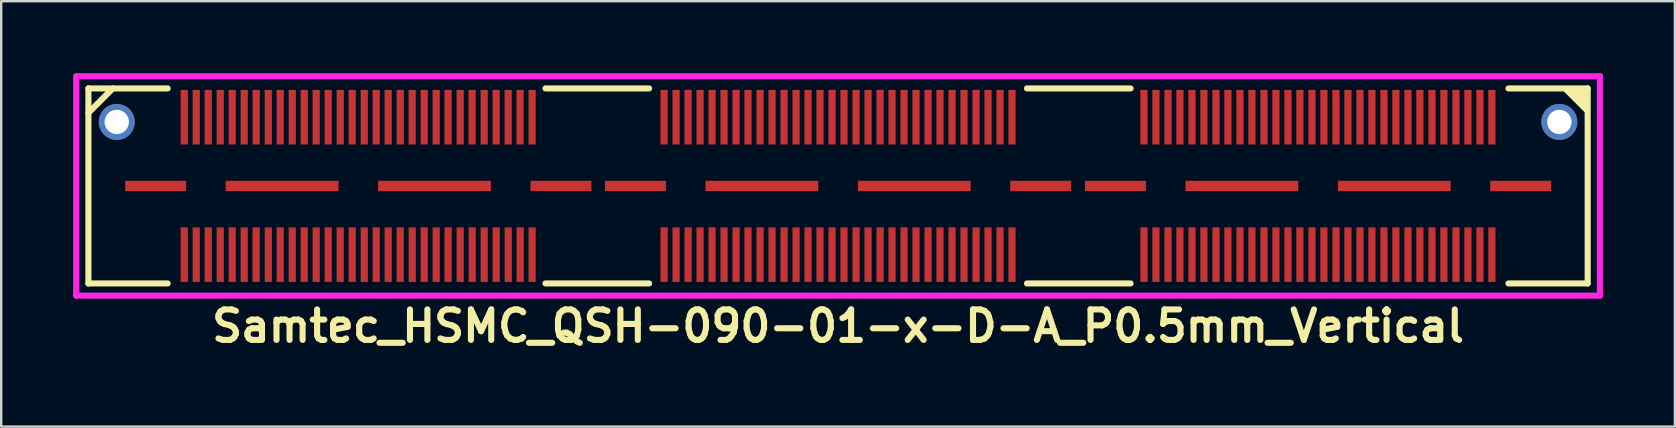
<source format=kicad_pcb>
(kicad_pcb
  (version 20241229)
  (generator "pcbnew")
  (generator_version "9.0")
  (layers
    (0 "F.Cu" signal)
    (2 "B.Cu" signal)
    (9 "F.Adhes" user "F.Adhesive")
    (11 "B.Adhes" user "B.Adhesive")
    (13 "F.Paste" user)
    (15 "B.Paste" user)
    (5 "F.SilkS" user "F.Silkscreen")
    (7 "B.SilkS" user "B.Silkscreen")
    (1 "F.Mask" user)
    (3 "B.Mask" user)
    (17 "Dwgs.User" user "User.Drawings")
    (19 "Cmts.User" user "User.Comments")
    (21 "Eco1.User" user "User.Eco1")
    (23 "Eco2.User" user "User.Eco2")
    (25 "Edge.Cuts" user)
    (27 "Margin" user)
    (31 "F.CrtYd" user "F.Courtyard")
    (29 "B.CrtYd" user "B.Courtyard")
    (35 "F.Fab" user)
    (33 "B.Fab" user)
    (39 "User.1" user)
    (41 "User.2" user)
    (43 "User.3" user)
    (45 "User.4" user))
  (footprint "Samtec_HSMC_QSH-090-01-x-D-A_P0.5mm_Vertical"
    (layer "F.Cu")
    (at 31.877 4.699)
    (property "Reference" "Samtec_HSMC_QSH-090-01-x-D-A_P0.5mm_Vertical" (at 0 5.842 0) (layer "F.SilkS") (effects (font (size 1.27 1.27) (thickness 0.254))))
    (attr smd)
    (fp_line (start -31.242 -4.064) (end -27.94 -4.064) (stroke (width 0.254) (type solid)) (layer "F.SilkS"))
    (fp_line (start -31.242 -3.048) (end -30.226 -4.064) (stroke (width 0.254) (type solid)) (layer "F.SilkS"))
    (fp_line (start -31.242 4.064) (end -31.242 -4.064) (stroke (width 0.254) (type solid)) (layer "F.SilkS"))
    (fp_line (start -31.242 4.064) (end -27.94 4.064) (stroke (width 0.254) (type solid)) (layer "F.SilkS"))
    (fp_line (start -12.192 -4.064) (end -7.874 -4.064) (stroke (width 0.254) (type solid)) (layer "F.SilkS"))
    (fp_line (start -12.192 4.064) (end -7.874 4.064) (stroke (width 0.254) (type solid)) (layer "F.SilkS"))
    (fp_line (start 7.874 -4.064) (end 12.192 -4.064) (stroke (width 0.254) (type solid)) (layer "F.SilkS"))
    (fp_line (start 7.874 4.064) (end 12.192 4.064) (stroke (width 0.254) (type solid)) (layer "F.SilkS"))
    (fp_line (start 27.94 -4.064) (end 31.242 -4.064) (stroke (width 0.254) (type solid)) (layer "F.SilkS"))
    (fp_line (start 27.94 4.064) (end 31.242 4.064) (stroke (width 0.254) (type solid)) (layer "F.SilkS"))
    (fp_line (start 31.242 4.064) (end 31.242 -4.064) (stroke (width 0.254) (type solid)) (layer "F.SilkS"))
    (fp_poly (pts (xy 30.226 -4.064) (xy 31.242 -3.048) (xy 31.242 -4.064)) (stroke (width 0.15) (type solid)) (fill yes) (layer "F.SilkS"))
    (fp_line (start -31.75 -4.572) (end 31.75 -4.572) (stroke (width 0.254) (type solid)) (layer "F.CrtYd"))
    (fp_line (start -31.75 4.572) (end -31.75 -4.572) (stroke (width 0.254) (type solid)) (layer "F.CrtYd"))
    (fp_line (start 31.75 -4.572) (end 31.75 4.572) (stroke (width 0.254) (type solid)) (layer "F.CrtYd"))
    (fp_line (start 31.75 4.572) (end -31.75 4.572) (stroke (width 0.254) (type solid)) (layer "F.CrtYd"))
    (pad "" np_thru_hole circle (at -30.061 -2.667) (size 1.501 1.501) (drill 1.016) (layers "*.Cu" "*.Mask"))
    (pad "" smd rect (at -26.249 -2.864) (size 0.3 2.273) (layers "F.Cu" "F.Mask" "F.Paste"))
    (pad "" smd rect (at -26.249 2.864) (size 0.3 2.273) (layers "F.Cu" "F.Mask" "F.Paste"))
    (pad "" smd rect (at -24.749 -2.864) (size 0.3 2.273) (layers "F.Cu" "F.Mask" "F.Paste"))
    (pad "" smd rect (at -24.749 2.864) (size 0.3 2.273) (layers "F.Cu" "F.Mask" "F.Paste"))
    (pad "" smd rect (at -23.249 -2.864) (size 0.3 2.273) (layers "F.Cu" "F.Mask" "F.Paste"))
    (pad "" smd rect (at -23.249 2.864) (size 0.3 2.273) (layers "F.Cu" "F.Mask" "F.Paste"))
    (pad "" smd rect (at -21.749 -2.864) (size 0.3 2.273) (layers "F.Cu" "F.Mask" "F.Paste"))
    (pad "" smd rect (at -21.749 2.864) (size 0.3 2.273) (layers "F.Cu" "F.Mask" "F.Paste"))
    (pad "" smd rect (at -20.249 -2.864) (size 0.3 2.273) (layers "F.Cu" "F.Mask" "F.Paste"))
    (pad "" smd rect (at -20.249 2.864) (size 0.3 2.273) (layers "F.Cu" "F.Mask" "F.Paste"))
    (pad "" smd rect (at -18.749 -2.864) (size 0.3 2.273) (layers "F.Cu" "F.Mask" "F.Paste"))
    (pad "" smd rect (at -18.749 2.864) (size 0.3 2.273) (layers "F.Cu" "F.Mask" "F.Paste"))
    (pad "" smd rect (at -17.249 -2.864) (size 0.3 2.273) (layers "F.Cu" "F.Mask" "F.Paste"))
    (pad "" smd rect (at -17.249 2.864) (size 0.3 2.273) (layers "F.Cu" "F.Mask" "F.Paste"))
    (pad "" smd rect (at -15.749 -2.864) (size 0.3 2.273) (layers "F.Cu" "F.Mask" "F.Paste"))
    (pad "" smd rect (at -15.749 2.864) (size 0.3 2.273) (layers "F.Cu" "F.Mask" "F.Paste"))
    (pad "" smd rect (at -14.249 -2.864) (size 0.3 2.273) (layers "F.Cu" "F.Mask" "F.Paste"))
    (pad "" smd rect (at -14.249 2.864) (size 0.3 2.273) (layers "F.Cu" "F.Mask" "F.Paste"))
    (pad "" smd rect (at -12.749 -2.864) (size 0.3 2.273) (layers "F.Cu" "F.Mask" "F.Paste"))
    (pad "" smd rect (at -12.749 2.864) (size 0.3 2.273) (layers "F.Cu" "F.Mask" "F.Paste"))
    (pad "" np_thru_hole circle (at 30.061 -2.667) (size 1.501 1.501) (drill 1.016) (layers "*.Cu" "*.Mask"))
    (pad "1" smd rect (at -27.249 2.864) (size 0.3 2.273) (layers "F.Cu" "F.Mask" "F.Paste"))
    (pad "2" smd rect (at -27.249 -2.864) (size 0.3 2.273) (layers "F.Cu" "F.Mask" "F.Paste"))
    (pad "3" smd rect (at -26.749 2.864) (size 0.3 2.273) (layers "F.Cu" "F.Mask" "F.Paste"))
    (pad "4" smd rect (at -26.749 -2.864) (size 0.3 2.273) (layers "F.Cu" "F.Mask" "F.Paste"))
    (pad "5" smd rect (at -25.748 2.864) (size 0.3 2.273) (layers "F.Cu" "F.Mask" "F.Paste"))
    (pad "6" smd rect (at -25.748 -2.864) (size 0.3 2.273) (layers "F.Cu" "F.Mask" "F.Paste"))
    (pad "7" smd rect (at -25.25 2.864) (size 0.3 2.273) (layers "F.Cu" "F.Mask" "F.Paste"))
    (pad "8" smd rect (at -25.25 -2.864) (size 0.3 2.273) (layers "F.Cu" "F.Mask" "F.Paste"))
    (pad "9" smd rect (at -24.252 2.864) (size 0.3 2.273) (layers "F.Cu" "F.Mask" "F.Paste"))
    (pad "10" smd rect (at -24.249 -2.864) (size 0.3 2.273) (layers "F.Cu" "F.Mask" "F.Paste"))
    (pad "11" smd rect (at -23.746 2.864) (size 0.3 2.273) (layers "F.Cu" "F.Mask" "F.Paste"))
    (pad "12" smd rect (at -23.746 -2.864) (size 0.3 2.273) (layers "F.Cu" "F.Mask" "F.Paste"))
    (pad "13" smd rect (at -22.748 2.864) (size 0.3 2.273) (layers "F.Cu" "F.Mask" "F.Paste"))
    (pad "14" smd rect (at -22.746 -2.864) (size 0.3 2.273) (layers "F.Cu" "F.Mask" "F.Paste"))
    (pad "15" smd rect (at -22.25 2.864) (size 0.3 2.273) (layers "F.Cu" "F.Mask" "F.Paste"))
    (pad "16" smd rect (at -22.248 -2.864) (size 0.3 2.273) (layers "F.Cu" "F.Mask" "F.Paste"))
    (pad "17" smd rect (at -21.25 2.864) (size 0.3 2.273) (layers "F.Cu" "F.Mask" "F.Paste"))
    (pad "18" smd rect (at -21.25 -2.864) (size 0.3 2.273) (layers "F.Cu" "F.Mask" "F.Paste"))
    (pad "19" smd rect (at -20.749 2.864) (size 0.3 2.273) (layers "F.Cu" "F.Mask" "F.Paste"))
    (pad "20" smd rect (at -20.747 -2.864) (size 0.3 2.273) (layers "F.Cu" "F.Mask" "F.Paste"))
    (pad "21" smd rect (at -19.746 2.864) (size 0.3 2.273) (layers "F.Cu" "F.Mask" "F.Paste"))
    (pad "22" smd rect (at -19.746 -2.864) (size 0.3 2.273) (layers "F.Cu" "F.Mask" "F.Paste"))
    (pad "23" smd rect (at -19.248 2.864) (size 0.3 2.273) (layers "F.Cu" "F.Mask" "F.Paste"))
    (pad "24" smd rect (at -19.248 -2.864) (size 0.3 2.273) (layers "F.Cu" "F.Mask" "F.Paste"))
    (pad "25" smd rect (at -18.25 2.864) (size 0.3 2.273) (layers "F.Cu" "F.Mask" "F.Paste"))
    (pad "26" smd rect (at -18.247 -2.864) (size 0.3 2.273) (layers "F.Cu" "F.Mask" "F.Paste"))
    (pad "27" smd rect (at -17.747 2.864) (size 0.3 2.273) (layers "F.Cu" "F.Mask" "F.Paste"))
    (pad "28" smd rect (at -17.75 -2.864) (size 0.3 2.273) (layers "F.Cu" "F.Mask" "F.Paste"))
    (pad "29" smd rect (at -16.749 2.864) (size 0.3 2.273) (layers "F.Cu" "F.Mask" "F.Paste"))
    (pad "30" smd rect (at -16.749 -2.864) (size 0.3 2.273) (layers "F.Cu" "F.Mask" "F.Paste"))
    (pad "31" smd rect (at -16.251 2.864) (size 0.3 2.273) (layers "F.Cu" "F.Mask" "F.Paste"))
    (pad "32" smd rect (at -16.251 -2.864) (size 0.3 2.273) (layers "F.Cu" "F.Mask" "F.Paste"))
    (pad "33" smd rect (at -15.248 2.864) (size 0.3 2.273) (layers "F.Cu" "F.Mask" "F.Paste"))
    (pad "34" smd rect (at -15.25 -2.864) (size 0.3 2.273) (layers "F.Cu" "F.Mask" "F.Paste"))
    (pad "35" smd rect (at -14.747 2.864) (size 0.3 2.273) (layers "F.Cu" "F.Mask" "F.Paste"))
    (pad "36" smd rect (at -14.747 -2.864) (size 0.3 2.273) (layers "F.Cu" "F.Mask" "F.Paste"))
    (pad "37" smd rect (at -13.746 2.864) (size 0.3 2.273) (layers "F.Cu" "F.Mask" "F.Paste"))
    (pad "38" smd rect (at -13.749 -2.864) (size 0.3 2.273) (layers "F.Cu" "F.Mask" "F.Paste"))
    (pad "39" smd rect (at -13.249 2.864) (size 0.3 2.273) (layers "F.Cu" "F.Mask" "F.Paste"))
    (pad "40" smd rect (at -13.251 -2.864) (size 0.3 2.273) (layers "F.Cu" "F.Mask" "F.Paste"))
    (pad "41" smd rect (at -7.249 2.864) (size 0.3 2.273) (layers "F.Cu" "F.Mask" "F.Paste"))
    (pad "42" smd rect (at -7.249 -2.864) (size 0.3 2.273) (layers "F.Cu" "F.Mask" "F.Paste"))
    (pad "43" smd rect (at -6.751 2.864) (size 0.3 2.273) (layers "F.Cu" "F.Mask" "F.Paste"))
    (pad "44" smd rect (at -6.751 -2.864) (size 0.3 2.273) (layers "F.Cu" "F.Mask" "F.Paste"))
    (pad "45" smd rect (at -6.248 2.864) (size 0.3 2.273) (layers "F.Cu" "F.Mask" "F.Paste"))
    (pad "46" smd rect (at -6.248 -2.864) (size 0.3 2.273) (layers "F.Cu" "F.Mask" "F.Paste"))
    (pad "47" smd rect (at -5.751 2.864) (size 0.3 2.273) (layers "F.Cu" "F.Mask" "F.Paste"))
    (pad "48" smd rect (at -5.751 -2.864) (size 0.3 2.273) (layers "F.Cu" "F.Mask" "F.Paste"))
    (pad "49" smd rect (at -5.25 2.864) (size 0.3 2.273) (layers "F.Cu" "F.Mask" "F.Paste"))
    (pad "50" smd rect (at -5.25 -2.864) (size 0.3 2.273) (layers "F.Cu" "F.Mask" "F.Paste"))
    (pad "51" smd rect (at -4.752 2.864) (size 0.3 2.273) (layers "F.Cu" "F.Mask" "F.Paste"))
    (pad "52" smd rect (at -4.752 -2.864) (size 0.3 2.273) (layers "F.Cu" "F.Mask" "F.Paste"))
    (pad "53" smd rect (at -4.249 2.864) (size 0.3 2.273) (layers "F.Cu" "F.Mask" "F.Paste"))
    (pad "54" smd rect (at -4.249 -2.864) (size 0.3 2.273) (layers "F.Cu" "F.Mask" "F.Paste"))
    (pad "55" smd rect (at -3.752 2.864) (size 0.3 2.273) (layers "F.Cu" "F.Mask" "F.Paste"))
    (pad "56" smd rect (at -3.752 -2.864) (size 0.3 2.273) (layers "F.Cu" "F.Mask" "F.Paste"))
    (pad "57" smd rect (at -3.249 2.864) (size 0.3 2.273) (layers "F.Cu" "F.Mask" "F.Paste"))
    (pad "58" smd rect (at -3.249 -2.864) (size 0.3 2.273) (layers "F.Cu" "F.Mask" "F.Paste"))
    (pad "59" smd rect (at -2.751 2.864) (size 0.3 2.273) (layers "F.Cu" "F.Mask" "F.Paste"))
    (pad "60" smd rect (at -2.751 -2.864) (size 0.3 2.273) (layers "F.Cu" "F.Mask" "F.Paste"))
    (pad "61" smd rect (at -2.248 2.864) (size 0.3 2.273) (layers "F.Cu" "F.Mask" "F.Paste"))
    (pad "62" smd rect (at -2.248 -2.864) (size 0.3 2.273) (layers "F.Cu" "F.Mask" "F.Paste"))
    (pad "63" smd rect (at -1.75 2.864) (size 0.3 2.273) (layers "F.Cu" "F.Mask" "F.Paste"))
    (pad "64" smd rect (at -1.75 -2.864) (size 0.3 2.273) (layers "F.Cu" "F.Mask" "F.Paste"))
    (pad "65" smd rect (at -1.25 2.864) (size 0.3 2.273) (layers "F.Cu" "F.Mask" "F.Paste"))
    (pad "66" smd rect (at -1.25 -2.864) (size 0.3 2.273) (layers "F.Cu" "F.Mask" "F.Paste"))
    (pad "67" smd rect (at -0.752 2.864) (size 0.3 2.273) (layers "F.Cu" "F.Mask" "F.Paste"))
    (pad "68" smd rect (at -0.752 -2.864) (size 0.3 2.273) (layers "F.Cu" "F.Mask" "F.Paste"))
    (pad "69" smd rect (at -0.249 2.864) (size 0.3 2.273) (layers "F.Cu" "F.Mask" "F.Paste"))
    (pad "70" smd rect (at -0.249 -2.864) (size 0.3 2.273) (layers "F.Cu" "F.Mask" "F.Paste"))
    (pad "71" smd rect (at 0.249 2.864) (size 0.3 2.273) (layers "F.Cu" "F.Mask" "F.Paste"))
    (pad "72" smd rect (at 0.249 -2.864) (size 0.3 2.273) (layers "F.Cu" "F.Mask" "F.Paste"))
    (pad "73" smd rect (at 0.752 2.864) (size 0.3 2.273) (layers "F.Cu" "F.Mask" "F.Paste"))
    (pad "74" smd rect (at 0.752 -2.864) (size 0.3 2.273) (layers "F.Cu" "F.Mask" "F.Paste"))
    (pad "75" smd rect (at 1.25 2.864) (size 0.3 2.273) (layers "F.Cu" "F.Mask" "F.Paste"))
    (pad "76" smd rect (at 1.25 -2.864) (size 0.3 2.273) (layers "F.Cu" "F.Mask" "F.Paste"))
    (pad "77" smd rect (at 1.753 2.864) (size 0.3 2.273) (layers "F.Cu" "F.Mask" "F.Paste"))
    (pad "78" smd rect (at 1.753 -2.864) (size 0.3 2.273) (layers "F.Cu" "F.Mask" "F.Paste"))
    (pad "79" smd rect (at 2.25 2.864) (size 0.3 2.273) (layers "F.Cu" "F.Mask" "F.Paste"))
    (pad "80" smd rect (at 2.25 -2.864) (size 0.3 2.273) (layers "F.Cu" "F.Mask" "F.Paste"))
    (pad "81" smd rect (at 2.751 2.864) (size 0.3 2.273) (layers "F.Cu" "F.Mask" "F.Paste"))
    (pad "82" smd rect (at 2.751 -2.864) (size 0.3 2.273) (layers "F.Cu" "F.Mask" "F.Paste"))
    (pad "83" smd rect (at 3.249 2.864) (size 0.3 2.273) (layers "F.Cu" "F.Mask" "F.Paste"))
    (pad "84" smd rect (at 3.249 -2.864) (size 0.3 2.273) (layers "F.Cu" "F.Mask" "F.Paste"))
    (pad "85" smd rect (at 3.752 2.864) (size 0.3 2.273) (layers "F.Cu" "F.Mask" "F.Paste"))
    (pad "86" smd rect (at 3.752 -2.864) (size 0.3 2.273) (layers "F.Cu" "F.Mask" "F.Paste"))
    (pad "87" smd rect (at 4.249 2.864) (size 0.3 2.273) (layers "F.Cu" "F.Mask" "F.Paste"))
    (pad "88" smd rect (at 4.249 -2.864) (size 0.3 2.273) (layers "F.Cu" "F.Mask" "F.Paste"))
    (pad "89" smd rect (at 4.752 2.864) (size 0.3 2.273) (layers "F.Cu" "F.Mask" "F.Paste"))
    (pad "90" smd rect (at 4.752 -2.864) (size 0.3 2.273) (layers "F.Cu" "F.Mask" "F.Paste"))
    (pad "91" smd rect (at 5.25 2.864) (size 0.3 2.273) (layers "F.Cu" "F.Mask" "F.Paste"))
    (pad "92" smd rect (at 5.25 -2.864) (size 0.3 2.273) (layers "F.Cu" "F.Mask" "F.Paste"))
    (pad "93" smd rect (at 5.753 2.864) (size 0.3 2.273) (layers "F.Cu" "F.Mask" "F.Paste"))
    (pad "94" smd rect (at 5.753 -2.864) (size 0.3 2.273) (layers "F.Cu" "F.Mask" "F.Paste"))
    (pad "95" smd rect (at 6.251 2.864) (size 0.3 2.273) (layers "F.Cu" "F.Mask" "F.Paste"))
    (pad "96" smd rect (at 6.251 -2.864) (size 0.3 2.273) (layers "F.Cu" "F.Mask" "F.Paste"))
    (pad "97" smd rect (at 6.751 2.864) (size 0.3 2.273) (layers "F.Cu" "F.Mask" "F.Paste"))
    (pad "98" smd rect (at 6.751 -2.864) (size 0.3 2.273) (layers "F.Cu" "F.Mask" "F.Paste"))
    (pad "99" smd rect (at 7.249 2.864) (size 0.3 2.273) (layers "F.Cu" "F.Mask" "F.Paste"))
    (pad "100" smd rect (at 7.249 -2.864) (size 0.3 2.273) (layers "F.Cu" "F.Mask" "F.Paste"))
    (pad "101" smd rect (at 12.751 2.864) (size 0.3 2.273) (layers "F.Cu" "F.Mask" "F.Paste"))
    (pad "102" smd rect (at 12.748 -2.864) (size 0.3 2.273) (layers "F.Cu" "F.Mask" "F.Paste"))
    (pad "103" smd rect (at 13.249 2.864) (size 0.3 2.273) (layers "F.Cu" "F.Mask" "F.Paste"))
    (pad "104" smd rect (at 13.249 -2.864) (size 0.3 2.273) (layers "F.Cu" "F.Mask" "F.Paste"))
    (pad "105" smd rect (at 13.752 2.864) (size 0.3 2.273) (layers "F.Cu" "F.Mask" "F.Paste"))
    (pad "106" smd rect (at 13.752 -2.864) (size 0.3 2.273) (layers "F.Cu" "F.Mask" "F.Paste"))
    (pad "107" smd rect (at 14.249 2.864) (size 0.3 2.273) (layers "F.Cu" "F.Mask" "F.Paste"))
    (pad "108" smd rect (at 14.249 -2.864) (size 0.3 2.273) (layers "F.Cu" "F.Mask" "F.Paste"))
    (pad "109" smd rect (at 14.75 2.864) (size 0.3 2.273) (layers "F.Cu" "F.Mask" "F.Paste"))
    (pad "110" smd rect (at 14.75 -2.864) (size 0.3 2.273) (layers "F.Cu" "F.Mask" "F.Paste"))
    (pad "111" smd rect (at 15.248 2.864) (size 0.3 2.273) (layers "F.Cu" "F.Mask" "F.Paste"))
    (pad "112" smd rect (at 15.248 -2.864) (size 0.3 2.273) (layers "F.Cu" "F.Mask" "F.Paste"))
    (pad "113" smd rect (at 15.751 2.864) (size 0.3 2.273) (layers "F.Cu" "F.Mask" "F.Paste"))
    (pad "114" smd rect (at 15.751 -2.864) (size 0.3 2.273) (layers "F.Cu" "F.Mask" "F.Paste"))
    (pad "115" smd rect (at 16.248 2.864) (size 0.3 2.273) (layers "F.Cu" "F.Mask" "F.Paste"))
    (pad "116" smd rect (at 16.248 -2.864) (size 0.3 2.273) (layers "F.Cu" "F.Mask" "F.Paste"))
    (pad "117" smd rect (at 16.751 2.864) (size 0.3 2.273) (layers "F.Cu" "F.Mask" "F.Paste"))
    (pad "118" smd rect (at 16.751 -2.864) (size 0.3 2.273) (layers "F.Cu" "F.Mask" "F.Paste"))
    (pad "119" smd rect (at 17.249 2.864) (size 0.3 2.273) (layers "F.Cu" "F.Mask" "F.Paste"))
    (pad "120" smd rect (at 17.249 -2.864) (size 0.3 2.273) (layers "F.Cu" "F.Mask" "F.Paste"))
    (pad "121" smd rect (at 17.752 2.864) (size 0.3 2.273) (layers "F.Cu" "F.Mask" "F.Paste"))
    (pad "122" smd rect (at 17.752 -2.864) (size 0.3 2.273) (layers "F.Cu" "F.Mask" "F.Paste"))
    (pad "123" smd rect (at 18.25 2.864) (size 0.3 2.273) (layers "F.Cu" "F.Mask" "F.Paste"))
    (pad "124" smd rect (at 18.25 -2.864) (size 0.3 2.273) (layers "F.Cu" "F.Mask" "F.Paste"))
    (pad "125" smd rect (at 18.75 2.864) (size 0.3 2.273) (layers "F.Cu" "F.Mask" "F.Paste"))
    (pad "126" smd rect (at 18.75 -2.864) (size 0.3 2.273) (layers "F.Cu" "F.Mask" "F.Paste"))
    (pad "127" smd rect (at 19.248 2.864) (size 0.3 2.273) (layers "F.Cu" "F.Mask" "F.Paste"))
    (pad "128" smd rect (at 19.248 -2.864) (size 0.3 2.273) (layers "F.Cu" "F.Mask" "F.Paste"))
    (pad "129" smd rect (at 19.751 2.864) (size 0.3 2.273) (layers "F.Cu" "F.Mask" "F.Paste"))
    (pad "130" smd rect (at 19.751 -2.864) (size 0.3 2.273) (layers "F.Cu" "F.Mask" "F.Paste"))
    (pad "131" smd rect (at 20.249 2.864) (size 0.3 2.273) (layers "F.Cu" "F.Mask" "F.Paste"))
    (pad "132" smd rect (at 20.249 -2.864) (size 0.3 2.273) (layers "F.Cu" "F.Mask" "F.Paste"))
    (pad "133" smd rect (at 20.752 2.864) (size 0.3 2.273) (layers "F.Cu" "F.Mask" "F.Paste"))
    (pad "134" smd rect (at 20.752 -2.864) (size 0.3 2.273) (layers "F.Cu" "F.Mask" "F.Paste"))
    (pad "135" smd rect (at 21.25 2.864) (size 0.3 2.273) (layers "F.Cu" "F.Mask" "F.Paste"))
    (pad "136" smd rect (at 21.25 -2.864) (size 0.3 2.273) (layers "F.Cu" "F.Mask" "F.Paste"))
    (pad "137" smd rect (at 21.753 2.864) (size 0.3 2.273) (layers "F.Cu" "F.Mask" "F.Paste"))
    (pad "138" smd rect (at 21.753 -2.864) (size 0.3 2.273) (layers "F.Cu" "F.Mask" "F.Paste"))
    (pad "139" smd rect (at 22.25 2.864) (size 0.3 2.273) (layers "F.Cu" "F.Mask" "F.Paste"))
    (pad "140" smd rect (at 22.25 -2.864) (size 0.3 2.273) (layers "F.Cu" "F.Mask" "F.Paste"))
    (pad "141" smd rect (at 22.751 2.864) (size 0.3 2.273) (layers "F.Cu" "F.Mask" "F.Paste"))
    (pad "142" smd rect (at 22.751 -2.864) (size 0.3 2.273) (layers "F.Cu" "F.Mask" "F.Paste"))
    (pad "143" smd rect (at 23.249 2.864) (size 0.3 2.273) (layers "F.Cu" "F.Mask" "F.Paste"))
    (pad "144" smd rect (at 23.249 -2.864) (size 0.3 2.273) (layers "F.Cu" "F.Mask" "F.Paste"))
    (pad "145" smd rect (at 23.752 2.864) (size 0.3 2.273) (layers "F.Cu" "F.Mask" "F.Paste"))
    (pad "146" smd rect (at 23.752 -2.864) (size 0.3 2.273) (layers "F.Cu" "F.Mask" "F.Paste"))
    (pad "147" smd rect (at 24.249 2.864) (size 0.3 2.273) (layers "F.Cu" "F.Mask" "F.Paste"))
    (pad "148" smd rect (at 24.249 -2.864) (size 0.3 2.273) (layers "F.Cu" "F.Mask" "F.Paste"))
    (pad "149" smd rect (at 24.752 2.864) (size 0.3 2.273) (layers "F.Cu" "F.Mask" "F.Paste"))
    (pad "150" smd rect (at 24.752 -2.864) (size 0.3 2.273) (layers "F.Cu" "F.Mask" "F.Paste"))
    (pad "151" smd rect (at 25.25 2.864) (size 0.3 2.273) (layers "F.Cu" "F.Mask" "F.Paste"))
    (pad "152" smd rect (at 25.25 -2.864) (size 0.3 2.273) (layers "F.Cu" "F.Mask" "F.Paste"))
    (pad "153" smd rect (at 25.753 2.864) (size 0.3 2.273) (layers "F.Cu" "F.Mask" "F.Paste"))
    (pad "154" smd rect (at 25.753 -2.864) (size 0.3 2.273) (layers "F.Cu" "F.Mask" "F.Paste"))
    (pad "155" smd rect (at 26.251 2.864) (size 0.3 2.273) (layers "F.Cu" "F.Mask" "F.Paste"))
    (pad "156" smd rect (at 26.251 -2.864) (size 0.3 2.273) (layers "F.Cu" "F.Mask" "F.Paste"))
    (pad "157" smd rect (at 26.751 2.864) (size 0.3 2.273) (layers "F.Cu" "F.Mask" "F.Paste"))
    (pad "158" smd rect (at 26.751 -2.864) (size 0.3 2.273) (layers "F.Cu" "F.Mask" "F.Paste"))
    (pad "159" smd rect (at 27.249 2.864) (size 0.3 2.273) (layers "F.Cu" "F.Mask" "F.Paste"))
    (pad "160" smd rect (at 27.249 -2.864) (size 0.3 2.273) (layers "F.Cu" "F.Mask" "F.Paste"))
    (pad "161" smd rect (at -28.44 0) (size 2.54 0.432) (layers "F.Cu" "F.Mask" "F.Paste"))
    (pad "162" smd rect (at -23.17 0) (size 4.699 0.432) (layers "F.Cu" "F.Mask" "F.Paste"))
    (pad "163" smd rect (at -16.82 0) (size 4.699 0.432) (layers "F.Cu" "F.Mask" "F.Paste"))
    (pad "164" smd rect (at -11.549 0) (size 2.54 0.432) (layers "F.Cu" "F.Mask" "F.Paste"))
    (pad "165" smd rect (at -8.443 0) (size 2.54 0.432) (layers "F.Cu" "F.Mask" "F.Paste"))
    (pad "166" smd rect (at -3.175 0) (size 4.699 0.432) (layers "F.Cu" "F.Mask" "F.Paste"))
    (pad "167" smd rect (at 3.175 0) (size 4.699 0.432) (layers "F.Cu" "F.Mask" "F.Paste"))
    (pad "168" smd rect (at 8.445 0) (size 2.54 0.432) (layers "F.Cu" "F.Mask" "F.Paste"))
    (pad "169" smd rect (at 11.562 0) (size 2.54 0.432) (layers "F.Cu" "F.Mask" "F.Paste"))
    (pad "170" smd rect (at 16.83 0) (size 4.699 0.432) (layers "F.Cu" "F.Mask" "F.Paste"))
    (pad "171" smd rect (at 23.18 0) (size 4.699 0.432) (layers "F.Cu" "F.Mask" "F.Paste"))
    (pad "172" smd rect (at 28.451 0) (size 2.54 0.432) (layers "F.Cu" "F.Mask" "F.Paste")))
  (gr_rect
    (start -3 -3)
    (end 66.754 14.73)
    (stroke (width 0.1) (type default))
    (fill no)
    (layer "Edge.Cuts")))
</source>
